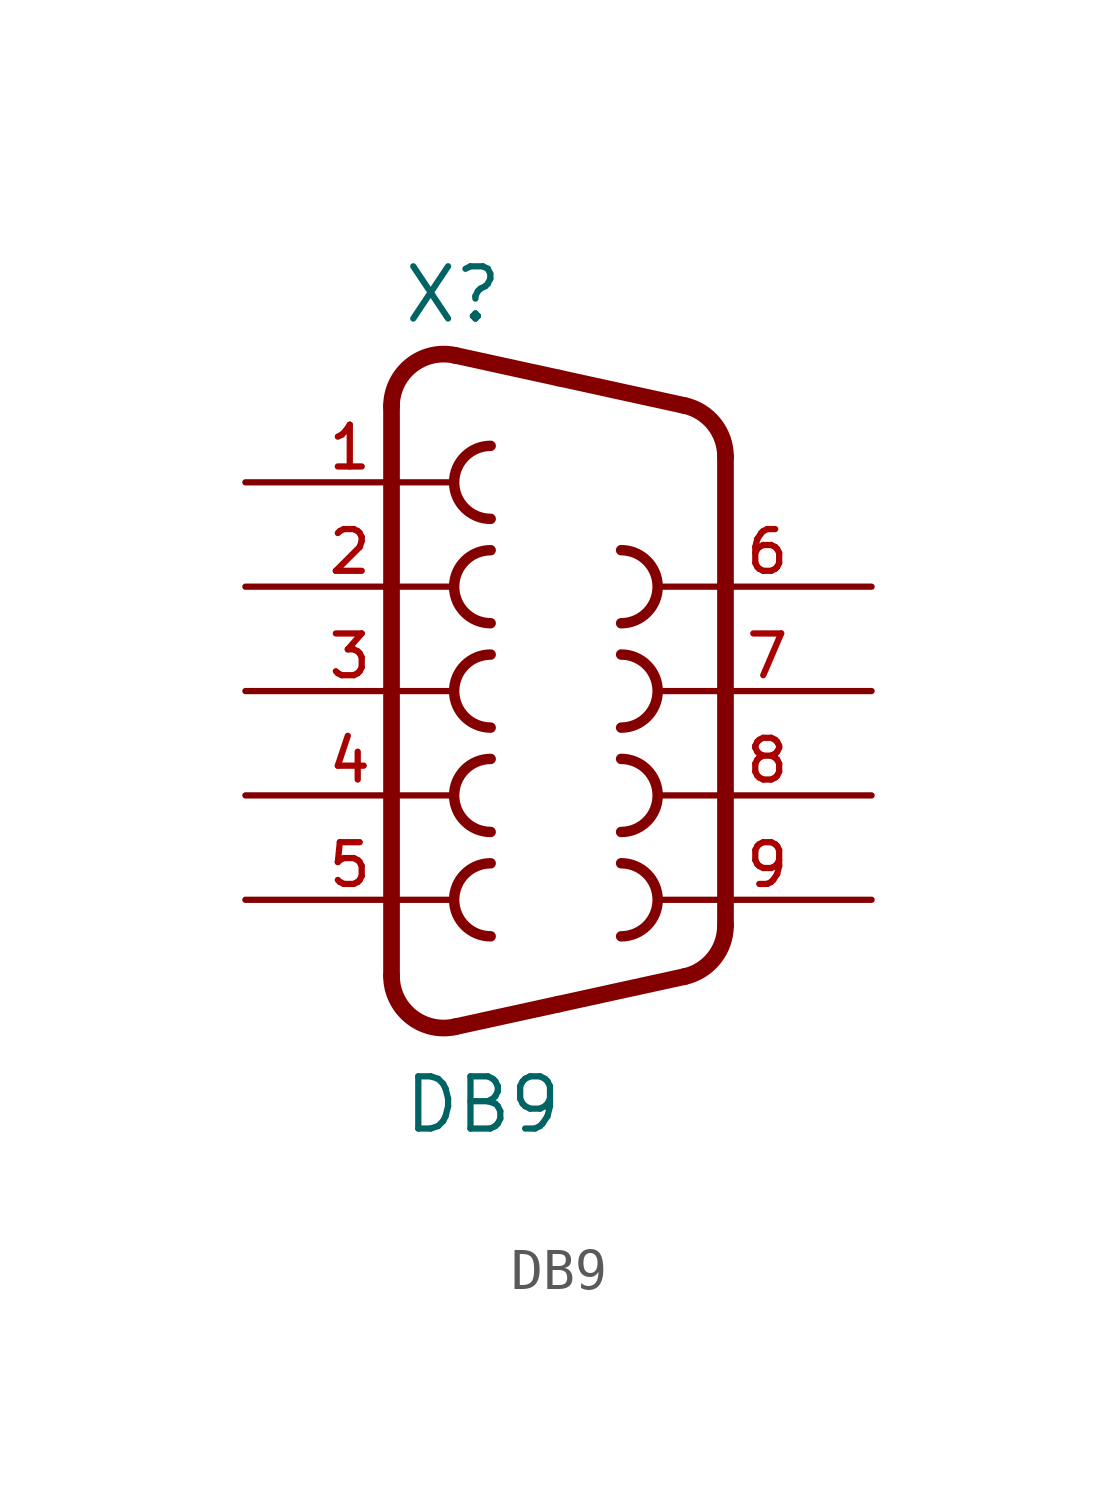
<source format=kicad_sym>
(kicad_symbol_lib
  (version 20211014)
  (generator kicad_symbol_editor)
  (symbol "DB9"
    (pin_names
      (offset 1.016))
    (property "Reference" "X"
      (at -3.816 8.904 0)
      (effects (font (size 1.27 1.27)) (justify bottom left)))
    (property "Value" "DB9"
      (at -3.815 -10.81 0)
      (effects (font (size 1.27 1.27)) (justify bottom left)))
    (symbol "DB9_0_0"
      (arc (start -1.651 1.651) (mid -2.54 2.54) (end -1.651 3.429) (stroke (width 0.254) (type default) (color 0 0 0 0)) (fill (type none)))
      (arc (start 1.524 3.429) (mid 2.413 2.54) (end 1.524 1.651) (stroke (width 0.254) (type default) (color 0 0 0 0)) (fill (type none)))
      (arc (start -1.651 4.191) (mid -2.54 5.08) (end -1.651 5.969) (stroke (width 0.254) (type default) (color 0 0 0 0)) (fill (type none)))
      (arc (start 1.524 -1.651) (mid 2.413 -2.54) (end 1.524 -3.429) (stroke (width 0.254) (type default) (color 0 0 0 0)) (fill (type none)))
      (arc (start -1.651 -0.889) (mid -2.54 0.0) (end -1.651 0.889) (stroke (width 0.254) (type default) (color 0 0 0 0)) (fill (type none)))
      (arc (start 1.524 0.889) (mid 2.413 -0.0) (end 1.524 -0.889) (stroke (width 0.254) (type default) (color 0 0 0 0)) (fill (type none)))
      (arc (start -1.651 -3.429) (mid -2.54 -2.54) (end -1.651 -1.651) (stroke (width 0.254) (type default) (color 0 0 0 0)) (fill (type none)))
      (arc (start 1.524 -4.191) (mid 2.413 -5.08) (end 1.524 -5.969) (stroke (width 0.254) (type default) (color 0 0 0 0)) (fill (type none)))
      (arc (start -1.651 -5.969) (mid -2.54 -5.08) (end -1.651 -4.191) (stroke (width 0.254) (type default) (color 0 0 0 0)) (fill (type none)))
      (arc (start -2.5226 8.172) (mid -3.5931 7.9183) (end -4.064 6.9312) (stroke (width 0.4064) (type default) (color 0 0 0 0)) (fill (type none)))
      (polyline (pts (xy -2.523 8.172) (xy 0.0 7.62)) (stroke (width 0.406)))
      (polyline (pts (xy 0.0 7.62) (xy 3.065 6.949)) (stroke (width 0.406)))
      (arc (start 4.0642 5.7088) (mid 3.7858 6.5022) (end 3.0654 6.9495) (stroke (width 0.4064) (type default) (color 0 0 0 0)) (fill (type none)))
      (polyline (pts (xy 4.064 -5.709) (xy 4.064 5.709)) (stroke (width 0.406)))
      (arc (start 4.064 -5.7088) (mid 3.7857 -6.5021) (end 3.0654 -6.9494) (stroke (width 0.4064) (type default) (color 0 0 0 0)) (fill (type none)))
      (polyline (pts (xy -4.064 -6.931) (xy -4.064 6.931)) (stroke (width 0.406)))
      (polyline (pts (xy -2.523 -8.172) (xy 0.0 -7.62)) (stroke (width 0.406)))
      (polyline (pts (xy 0.0 -7.62) (xy 3.065 -6.949)) (stroke (width 0.406)))
      (arc (start -2.5226 -8.1719) (mid -3.5932 -7.9182) (end -4.064 -6.9312) (stroke (width 0.4064) (type default) (color 0 0 0 0)) (fill (type none)))
      (pin passive line (at -7.62 5.08 0) (length 5.08) (name "~" (effects (font (size 1.016 1.016)))) (number "1" (effects (font (size 1.016 1.016)))))
      (pin passive line (at 7.62 2.54 180.0) (length 5.08) (name "~" (effects (font (size 1.016 1.016)))) (number "6" (effects (font (size 1.016 1.016)))))
      (pin passive line (at -7.62 2.54 0) (length 5.08) (name "~" (effects (font (size 1.016 1.016)))) (number "2" (effects (font (size 1.016 1.016)))))
      (pin passive line (at 7.62 0.0 180.0) (length 5.08) (name "~" (effects (font (size 1.016 1.016)))) (number "7" (effects (font (size 1.016 1.016)))))
      (pin passive line (at -7.62 0.0 0) (length 5.08) (name "~" (effects (font (size 1.016 1.016)))) (number "3" (effects (font (size 1.016 1.016)))))
      (pin passive line (at 7.62 -2.54 180.0) (length 5.08) (name "~" (effects (font (size 1.016 1.016)))) (number "8" (effects (font (size 1.016 1.016)))))
      (pin passive line (at -7.62 -2.54 0) (length 5.08) (name "~" (effects (font (size 1.016 1.016)))) (number "4" (effects (font (size 1.016 1.016)))))
      (pin passive line (at 7.62 -5.08 180.0) (length 5.08) (name "~" (effects (font (size 1.016 1.016)))) (number "9" (effects (font (size 1.016 1.016)))))
      (pin passive line (at -7.62 -5.08 0) (length 5.08) (name "~" (effects (font (size 1.016 1.016)))) (number "5" (effects (font (size 1.016 1.016))))))))
</source>
